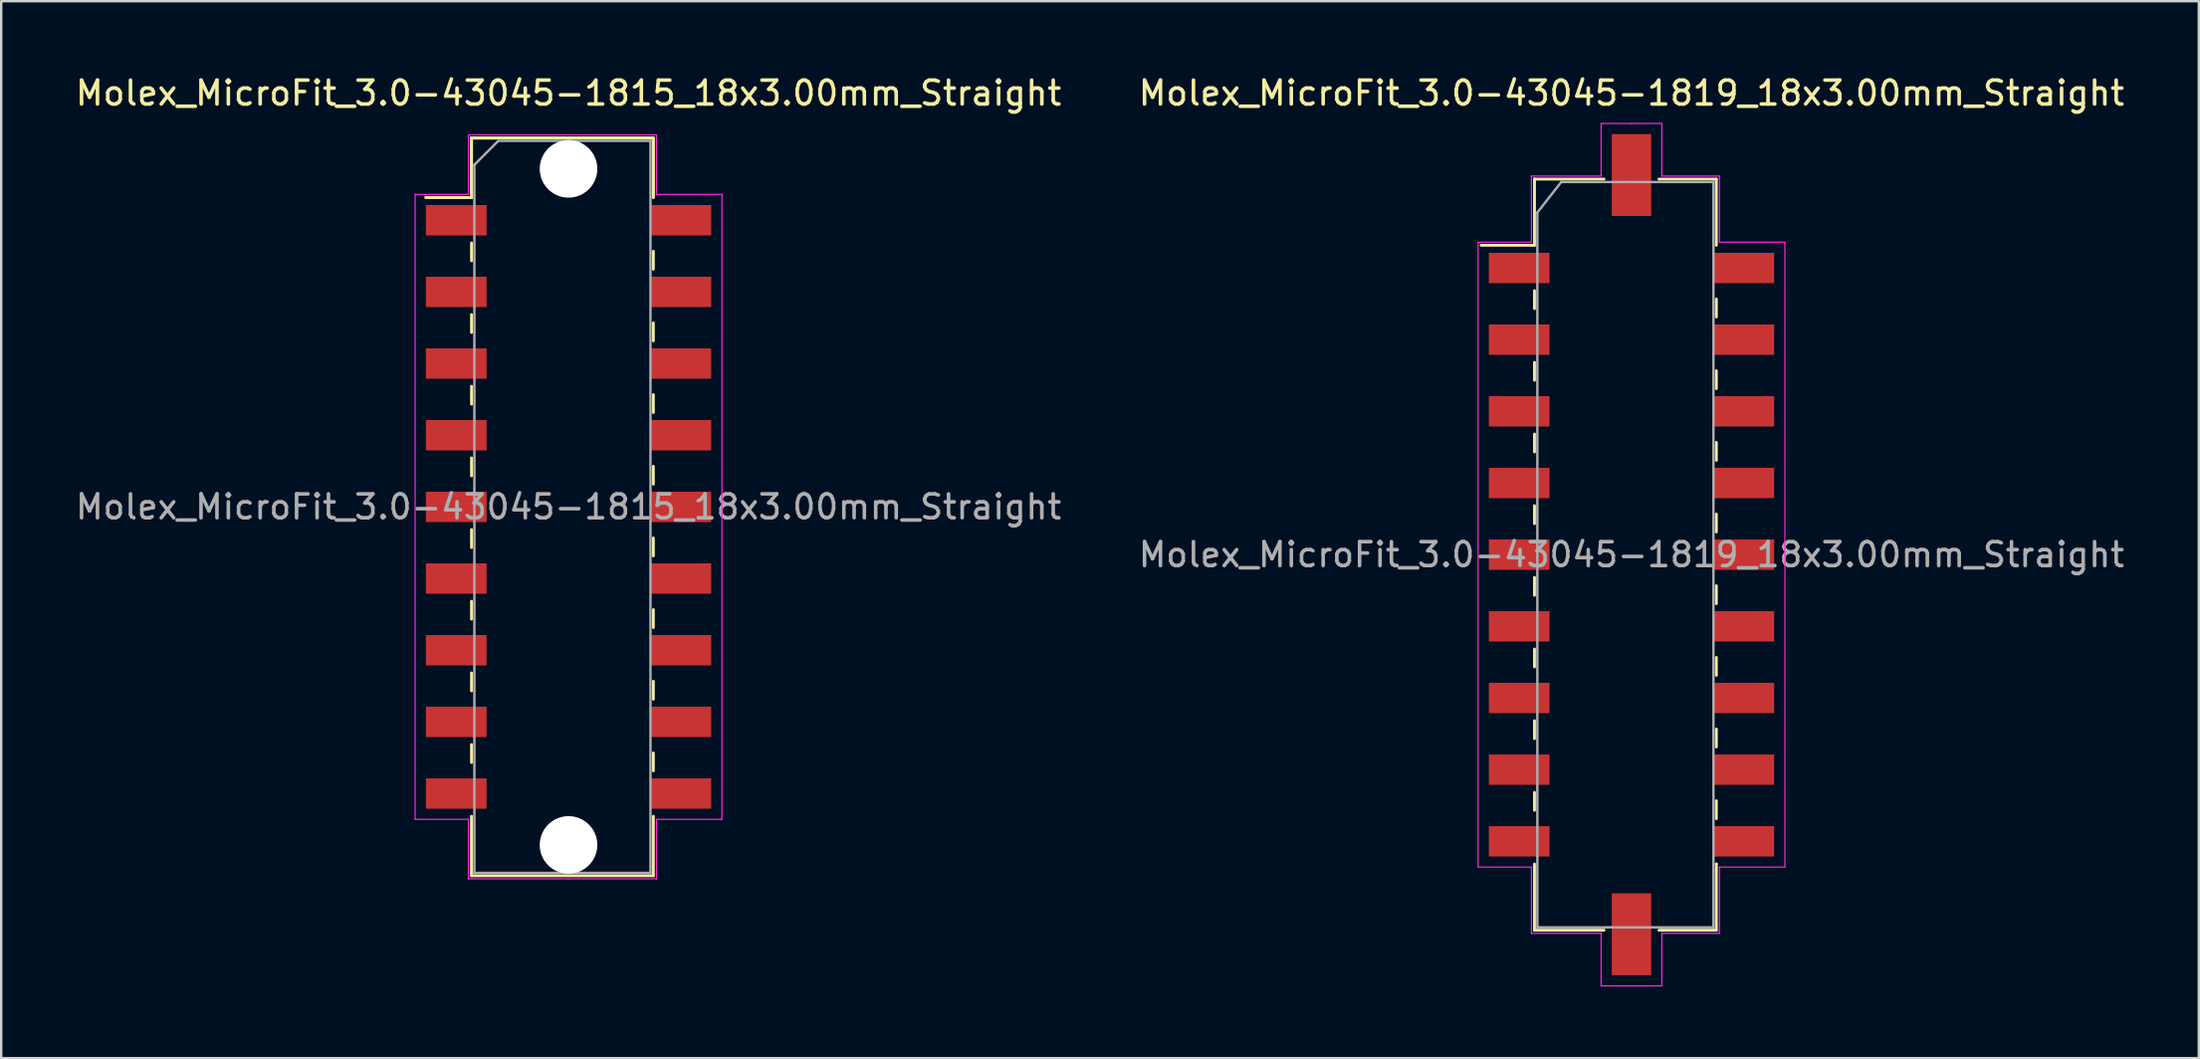
<source format=kicad_pcb>
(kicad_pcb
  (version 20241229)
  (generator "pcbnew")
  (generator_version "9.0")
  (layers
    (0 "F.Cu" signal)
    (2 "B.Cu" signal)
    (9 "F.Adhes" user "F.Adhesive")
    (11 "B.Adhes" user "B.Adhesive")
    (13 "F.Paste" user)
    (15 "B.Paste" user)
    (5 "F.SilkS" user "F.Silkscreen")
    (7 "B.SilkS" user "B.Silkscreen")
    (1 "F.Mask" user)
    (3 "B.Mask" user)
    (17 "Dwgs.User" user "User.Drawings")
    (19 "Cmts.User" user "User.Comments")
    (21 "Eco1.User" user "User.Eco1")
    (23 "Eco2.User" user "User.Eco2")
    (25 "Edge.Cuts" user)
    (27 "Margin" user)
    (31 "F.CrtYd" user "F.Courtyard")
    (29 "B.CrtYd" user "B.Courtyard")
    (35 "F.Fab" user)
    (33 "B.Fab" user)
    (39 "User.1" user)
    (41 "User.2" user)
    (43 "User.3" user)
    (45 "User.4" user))
  (footprint "Molex_MicroFit_3.0-43045-1815_18x3.00mm_Straight"
    (layer "F.Cu")
    (at 20.744 18.168)
    (property "Reference" "Molex_MicroFit_3.0-43045-1815_18x3.00mm_Straight" (at 0 -17.32 0) (layer "F.SilkS") (effects (font (size 1 1) (thickness 0.15))))
    (attr smd)
    (fp_line (start -5.97 -12.95) (end -4.06 -12.95) (stroke (width 0.12) (type solid)) (layer "F.SilkS"))
    (fp_line (start -5.97 -12.95) (end -4.06 -12.95) (stroke (width 0.12) (type solid)) (layer "F.SilkS"))
    (fp_line (start -4.06 -15.44) (end 3.55 -15.44) (stroke (width 0.12) (type solid)) (layer "F.SilkS"))
    (fp_line (start -4.06 -15.44) (end 3.55 -15.44) (stroke (width 0.12) (type solid)) (layer "F.SilkS"))
    (fp_line (start -4.06 -12.95) (end -4.06 -15.44) (stroke (width 0.12) (type solid)) (layer "F.SilkS"))
    (fp_line (start -4.06 -12.95) (end -4.06 -15.44) (stroke (width 0.12) (type solid)) (layer "F.SilkS"))
    (fp_line (start -4.06 -11.05) (end -4.06 -10.3) (stroke (width 0.12) (type solid)) (layer "F.SilkS"))
    (fp_line (start -4.06 -8.05) (end -4.06 -7.3) (stroke (width 0.12) (type solid)) (layer "F.SilkS"))
    (fp_line (start -4.06 -5.05) (end -4.06 -4.3) (stroke (width 0.12) (type solid)) (layer "F.SilkS"))
    (fp_line (start -4.06 -2.05) (end -4.06 -1.3) (stroke (width 0.12) (type solid)) (layer "F.SilkS"))
    (fp_line (start -4.06 0.95) (end -4.06 1.7) (stroke (width 0.12) (type solid)) (layer "F.SilkS"))
    (fp_line (start -4.06 3.95) (end -4.06 4.7) (stroke (width 0.12) (type solid)) (layer "F.SilkS"))
    (fp_line (start -4.06 6.95) (end -4.06 7.7) (stroke (width 0.12) (type solid)) (layer "F.SilkS"))
    (fp_line (start -4.06 9.95) (end -4.06 10.7) (stroke (width 0.12) (type solid)) (layer "F.SilkS"))
    (fp_line (start -4.06 15.44) (end -4.06 12.95) (stroke (width 0.12) (type solid)) (layer "F.SilkS"))
    (fp_line (start 3.55 -15.44) (end 3.55 -12.95) (stroke (width 0.12) (type solid)) (layer "F.SilkS"))
    (fp_line (start 3.55 -15.44) (end 3.55 -12.95) (stroke (width 0.12) (type solid)) (layer "F.SilkS"))
    (fp_line (start 3.55 -9.95) (end 3.55 -10.7) (stroke (width 0.12) (type solid)) (layer "F.SilkS"))
    (fp_line (start 3.55 -6.95) (end 3.55 -7.7) (stroke (width 0.12) (type solid)) (layer "F.SilkS"))
    (fp_line (start 3.55 -3.95) (end 3.55 -4.7) (stroke (width 0.12) (type solid)) (layer "F.SilkS"))
    (fp_line (start 3.55 -0.95) (end 3.55 -1.7) (stroke (width 0.12) (type solid)) (layer "F.SilkS"))
    (fp_line (start 3.55 2.05) (end 3.55 1.3) (stroke (width 0.12) (type solid)) (layer "F.SilkS"))
    (fp_line (start 3.55 5.05) (end 3.55 4.3) (stroke (width 0.12) (type solid)) (layer "F.SilkS"))
    (fp_line (start 3.55 8.05) (end 3.55 7.3) (stroke (width 0.12) (type solid)) (layer "F.SilkS"))
    (fp_line (start 3.55 11.05) (end 3.55 10.3) (stroke (width 0.12) (type solid)) (layer "F.SilkS"))
    (fp_line (start 3.55 12.95) (end 3.55 15.44) (stroke (width 0.12) (type solid)) (layer "F.SilkS"))
    (fp_line (start 3.55 15.44) (end -4.06 15.44) (stroke (width 0.12) (type solid)) (layer "F.SilkS"))
    (fp_line (start -6.42 -13.08) (end -4.19 -13.08) (stroke (width 0.05) (type solid)) (layer "F.CrtYd"))
    (fp_line (start -6.42 13.08) (end -6.42 -13.08) (stroke (width 0.05) (type solid)) (layer "F.CrtYd"))
    (fp_line (start -4.19 -15.57) (end 0 -15.57) (stroke (width 0.05) (type solid)) (layer "F.CrtYd"))
    (fp_line (start -4.19 -13.08) (end -4.19 -15.57) (stroke (width 0.05) (type solid)) (layer "F.CrtYd"))
    (fp_line (start -4.19 13.08) (end -6.42 13.08) (stroke (width 0.05) (type solid)) (layer "F.CrtYd"))
    (fp_line (start -4.19 15.57) (end -4.19 13.08) (stroke (width 0.05) (type solid)) (layer "F.CrtYd"))
    (fp_line (start 0 -15.57) (end 3.68 -15.57) (stroke (width 0.05) (type solid)) (layer "F.CrtYd"))
    (fp_line (start 0 15.57) (end -4.19 15.57) (stroke (width 0.05) (type solid)) (layer "F.CrtYd"))
    (fp_line (start 3.68 -15.57) (end 3.68 -13.08) (stroke (width 0.05) (type solid)) (layer "F.CrtYd"))
    (fp_line (start 3.68 -13.08) (end 6.42 -13.08) (stroke (width 0.05) (type solid)) (layer "F.CrtYd"))
    (fp_line (start 3.68 13.08) (end 3.68 15.57) (stroke (width 0.05) (type solid)) (layer "F.CrtYd"))
    (fp_line (start 3.68 15.57) (end 0 15.57) (stroke (width 0.05) (type solid)) (layer "F.CrtYd"))
    (fp_line (start 6.42 -13.08) (end 6.42 13.08) (stroke (width 0.05) (type solid)) (layer "F.CrtYd"))
    (fp_line (start 6.42 13.08) (end 3.68 13.08) (stroke (width 0.05) (type solid)) (layer "F.CrtYd"))
    (fp_line (start -3.94 -14.32) (end -2.94 -15.32) (stroke (width 0.1) (type solid)) (layer "F.Fab"))
    (fp_line (start -3.94 15.32) (end -3.94 -14.32) (stroke (width 0.1) (type solid)) (layer "F.Fab"))
    (fp_line (start -2.94 -15.32) (end 0 -15.32) (stroke (width 0.1) (type solid)) (layer "F.Fab"))
    (fp_line (start 0 -15.32) (end 3.43 -15.32) (stroke (width 0.1) (type solid)) (layer "F.Fab"))
    (fp_line (start 0 15.32) (end -3.94 15.32) (stroke (width 0.1) (type solid)) (layer "F.Fab"))
    (fp_line (start 3.43 -15.32) (end 3.43 15.32) (stroke (width 0.1) (type solid)) (layer "F.Fab"))
    (fp_line (start 3.43 15.32) (end 0 15.32) (stroke (width 0.1) (type solid)) (layer "F.Fab"))
    (fp_text user "${REFERENCE}" (at 0 0 0) (layer "F.Fab") (effects (font (size 1 1) (thickness 0.15))))
    (pad "" np_thru_hole circle (at 0 -14.15) (size 2.41 2.41) (drill 2.41) (layers "*.Cu"))
    (pad "" np_thru_hole circle (at 0 14.15) (size 2.41 2.41) (drill 2.41) (layers "*.Cu"))
    (pad "1" smd rect (at -4.7 -12) (size 2.54 1.27) (layers "F.Cu" "F.Mask" "F.Paste"))
    (pad "2" smd rect (at -4.7 -9) (size 2.54 1.27) (layers "F.Cu" "F.Mask" "F.Paste"))
    (pad "3" smd rect (at -4.7 -6) (size 2.54 1.27) (layers "F.Cu" "F.Mask" "F.Paste"))
    (pad "4" smd rect (at -4.7 -3) (size 2.54 1.27) (layers "F.Cu" "F.Mask" "F.Paste"))
    (pad "5" smd rect (at -4.7 0) (size 2.54 1.27) (layers "F.Cu" "F.Mask" "F.Paste"))
    (pad "6" smd rect (at -4.7 3) (size 2.54 1.27) (layers "F.Cu" "F.Mask" "F.Paste"))
    (pad "7" smd rect (at -4.7 6) (size 2.54 1.27) (layers "F.Cu" "F.Mask" "F.Paste"))
    (pad "8" smd rect (at -4.7 9) (size 2.54 1.27) (layers "F.Cu" "F.Mask" "F.Paste"))
    (pad "9" smd rect (at -4.7 12) (size 2.54 1.27) (layers "F.Cu" "F.Mask" "F.Paste"))
    (pad "10" smd rect (at 4.7 12) (size 2.54 1.27) (layers "F.Cu" "F.Mask" "F.Paste"))
    (pad "11" smd rect (at 4.7 9) (size 2.54 1.27) (layers "F.Cu" "F.Mask" "F.Paste"))
    (pad "12" smd rect (at 4.7 6) (size 2.54 1.27) (layers "F.Cu" "F.Mask" "F.Paste"))
    (pad "13" smd rect (at 4.7 3) (size 2.54 1.27) (layers "F.Cu" "F.Mask" "F.Paste"))
    (pad "14" smd rect (at 4.7 0) (size 2.54 1.27) (layers "F.Cu" "F.Mask" "F.Paste"))
    (pad "15" smd rect (at 4.7 -3) (size 2.54 1.27) (layers "F.Cu" "F.Mask" "F.Paste"))
    (pad "16" smd rect (at 4.7 -6) (size 2.54 1.27) (layers "F.Cu" "F.Mask" "F.Paste"))
    (pad "17" smd rect (at 4.7 -9) (size 2.54 1.27) (layers "F.Cu" "F.Mask" "F.Paste"))
    (pad "18" smd rect (at 4.7 -12) (size 2.54 1.27) (layers "F.Cu" "F.Mask" "F.Paste")))
  (footprint "Molex_MicroFit_3.0-43045-1819_18x3.00mm_Straight"
    (layer "F.Cu")
    (at 65.232 20.168)
    (property "Reference" "Molex_MicroFit_3.0-43045-1819_18x3.00mm_Straight" (at 0 -19.32 0) (layer "F.SilkS") (effects (font (size 1 1) (thickness 0.15))))
    (attr smd)
    (fp_line (start -6.29 -12.95) (end -4.06 -12.95) (stroke (width 0.12) (type solid)) (layer "F.SilkS"))
    (fp_line (start -4.06 -15.72) (end -4.06 -15.72) (stroke (width 0.12) (type solid)) (layer "F.SilkS"))
    (fp_line (start -4.06 -15.72) (end -1.15 -15.72) (stroke (width 0.12) (type solid)) (layer "F.SilkS"))
    (fp_line (start -4.06 -12.95) (end -4.06 -15.72) (stroke (width 0.12) (type solid)) (layer "F.SilkS"))
    (fp_line (start -4.06 -11.05) (end -4.06 -10.3) (stroke (width 0.12) (type solid)) (layer "F.SilkS"))
    (fp_line (start -4.06 -8.05) (end -4.06 -7.3) (stroke (width 0.12) (type solid)) (layer "F.SilkS"))
    (fp_line (start -4.06 -5.05) (end -4.06 -4.3) (stroke (width 0.12) (type solid)) (layer "F.SilkS"))
    (fp_line (start -4.06 -2.05) (end -4.06 -1.3) (stroke (width 0.12) (type solid)) (layer "F.SilkS"))
    (fp_line (start -4.06 0.95) (end -4.06 1.7) (stroke (width 0.12) (type solid)) (layer "F.SilkS"))
    (fp_line (start -4.06 3.95) (end -4.06 4.7) (stroke (width 0.12) (type solid)) (layer "F.SilkS"))
    (fp_line (start -4.06 6.95) (end -4.06 7.7) (stroke (width 0.12) (type solid)) (layer "F.SilkS"))
    (fp_line (start -4.06 9.95) (end -4.06 10.7) (stroke (width 0.12) (type solid)) (layer "F.SilkS"))
    (fp_line (start -4.06 15.72) (end -4.06 12.95) (stroke (width 0.12) (type solid)) (layer "F.SilkS"))
    (fp_line (start -1.15 15.72) (end -4.06 15.72) (stroke (width 0.12) (type solid)) (layer "F.SilkS"))
    (fp_line (start 1.15 -15.72) (end 3.55 -15.72) (stroke (width 0.12) (type solid)) (layer "F.SilkS"))
    (fp_line (start 3.55 -15.72) (end 3.55 -12.95) (stroke (width 0.12) (type solid)) (layer "F.SilkS"))
    (fp_line (start 3.55 -9.95) (end 3.55 -10.7) (stroke (width 0.12) (type solid)) (layer "F.SilkS"))
    (fp_line (start 3.55 -6.95) (end 3.55 -7.7) (stroke (width 0.12) (type solid)) (layer "F.SilkS"))
    (fp_line (start 3.55 -3.95) (end 3.55 -4.7) (stroke (width 0.12) (type solid)) (layer "F.SilkS"))
    (fp_line (start 3.55 -0.95) (end 3.55 -1.7) (stroke (width 0.12) (type solid)) (layer "F.SilkS"))
    (fp_line (start 3.55 2.05) (end 3.55 1.3) (stroke (width 0.12) (type solid)) (layer "F.SilkS"))
    (fp_line (start 3.55 5.05) (end 3.55 4.3) (stroke (width 0.12) (type solid)) (layer "F.SilkS"))
    (fp_line (start 3.55 8.05) (end 3.55 7.3) (stroke (width 0.12) (type solid)) (layer "F.SilkS"))
    (fp_line (start 3.55 11.05) (end 3.55 10.3) (stroke (width 0.12) (type solid)) (layer "F.SilkS"))
    (fp_line (start 3.55 12.95) (end 3.55 12.95) (stroke (width 0.12) (type solid)) (layer "F.SilkS"))
    (fp_line (start 3.55 12.95) (end 3.55 15.72) (stroke (width 0.12) (type solid)) (layer "F.SilkS"))
    (fp_line (start 3.55 15.72) (end 1.15 15.72) (stroke (width 0.12) (type solid)) (layer "F.SilkS"))
    (fp_line (start -6.42 -13.08) (end -4.19 -13.08) (stroke (width 0.05) (type solid)) (layer "F.CrtYd"))
    (fp_line (start -6.42 13.08) (end -6.42 -13.08) (stroke (width 0.05) (type solid)) (layer "F.CrtYd"))
    (fp_line (start -4.19 -15.85) (end -4.19 -15.85) (stroke (width 0.05) (type solid)) (layer "F.CrtYd"))
    (fp_line (start -4.19 -15.85) (end -1.27 -15.85) (stroke (width 0.05) (type solid)) (layer "F.CrtYd"))
    (fp_line (start -4.19 -13.08) (end -4.19 -15.85) (stroke (width 0.05) (type solid)) (layer "F.CrtYd"))
    (fp_line (start -4.19 13.08) (end -6.42 13.08) (stroke (width 0.05) (type solid)) (layer "F.CrtYd"))
    (fp_line (start -4.19 15.85) (end -4.19 13.08) (stroke (width 0.05) (type solid)) (layer "F.CrtYd"))
    (fp_line (start -1.27 -18.05) (end 0 -18.05) (stroke (width 0.05) (type solid)) (layer "F.CrtYd"))
    (fp_line (start -1.27 -15.85) (end -1.27 -18.05) (stroke (width 0.05) (type solid)) (layer "F.CrtYd"))
    (fp_line (start -1.27 15.85) (end -4.19 15.85) (stroke (width 0.05) (type solid)) (layer "F.CrtYd"))
    (fp_line (start -1.27 18.05) (end -1.27 15.85) (stroke (width 0.05) (type solid)) (layer "F.CrtYd"))
    (fp_line (start 0 -18.05) (end 1.27 -18.05) (stroke (width 0.05) (type solid)) (layer "F.CrtYd"))
    (fp_line (start 0 18.05) (end -1.27 18.05) (stroke (width 0.05) (type solid)) (layer "F.CrtYd"))
    (fp_line (start 1.27 -18.05) (end 1.27 -15.85) (stroke (width 0.05) (type solid)) (layer "F.CrtYd"))
    (fp_line (start 1.27 -15.85) (end 3.68 -15.85) (stroke (width 0.05) (type solid)) (layer "F.CrtYd"))
    (fp_line (start 1.27 15.85) (end 1.27 18.05) (stroke (width 0.05) (type solid)) (layer "F.CrtYd"))
    (fp_line (start 1.27 18.05) (end 0 18.05) (stroke (width 0.05) (type solid)) (layer "F.CrtYd"))
    (fp_line (start 3.68 -15.85) (end 3.68 -13.08) (stroke (width 0.05) (type solid)) (layer "F.CrtYd"))
    (fp_line (start 3.68 -13.08) (end 6.42 -13.08) (stroke (width 0.05) (type solid)) (layer "F.CrtYd"))
    (fp_line (start 3.68 13.08) (end 3.68 13.08) (stroke (width 0.05) (type solid)) (layer "F.CrtYd"))
    (fp_line (start 3.68 13.08) (end 3.68 15.85) (stroke (width 0.05) (type solid)) (layer "F.CrtYd"))
    (fp_line (start 3.68 15.85) (end 1.27 15.85) (stroke (width 0.05) (type solid)) (layer "F.CrtYd"))
    (fp_line (start 6.42 -13.08) (end 6.42 13.08) (stroke (width 0.05) (type solid)) (layer "F.CrtYd"))
    (fp_line (start 6.42 13.08) (end 3.68 13.08) (stroke (width 0.05) (type solid)) (layer "F.CrtYd"))
    (fp_line (start -3.94 -14.32) (end -2.94 -15.6) (stroke (width 0.1) (type solid)) (layer "F.Fab"))
    (fp_line (start -3.94 12.63) (end -3.94 -14.32) (stroke (width 0.1) (type solid)) (layer "F.Fab"))
    (fp_line (start -3.94 15.6) (end -3.94 12.63) (stroke (width 0.1) (type solid)) (layer "F.Fab"))
    (fp_line (start -2.94 -15.6) (end 0 -15.6) (stroke (width 0.1) (type solid)) (layer "F.Fab"))
    (fp_line (start -0.82 15.6) (end -3.94 15.6) (stroke (width 0.1) (type solid)) (layer "F.Fab"))
    (fp_line (start 0 -15.6) (end 3.43 -15.6) (stroke (width 0.1) (type solid)) (layer "F.Fab"))
    (fp_line (start 3.43 -15.6) (end 3.43 -12.63) (stroke (width 0.1) (type solid)) (layer "F.Fab"))
    (fp_line (start 3.43 -12.63) (end 3.43 12.63) (stroke (width 0.1) (type solid)) (layer "F.Fab"))
    (fp_line (start 3.43 12.63) (end 3.43 15.6) (stroke (width 0.1) (type solid)) (layer "F.Fab"))
    (fp_line (start 3.43 15.6) (end -0.82 15.6) (stroke (width 0.1) (type solid)) (layer "F.Fab"))
    (fp_text user "${REFERENCE}" (at 0 0 0) (layer "F.Fab") (effects (font (size 1 1) (thickness 0.15))))
    (pad "" smd rect (at 0 -15.89) (size 1.65 3.43) (layers "F.Cu" "F.Mask" "F.Paste"))
    (pad "" smd rect (at 0 15.89) (size 1.65 3.43) (layers "F.Cu" "F.Mask" "F.Paste"))
    (pad "1" smd rect (at -4.7 -12) (size 2.54 1.27) (layers "F.Cu" "F.Mask" "F.Paste"))
    (pad "2" smd rect (at -4.7 -9) (size 2.54 1.27) (layers "F.Cu" "F.Mask" "F.Paste"))
    (pad "3" smd rect (at -4.7 -6) (size 2.54 1.27) (layers "F.Cu" "F.Mask" "F.Paste"))
    (pad "4" smd rect (at -4.7 -3) (size 2.54 1.27) (layers "F.Cu" "F.Mask" "F.Paste"))
    (pad "5" smd rect (at -4.7 0) (size 2.54 1.27) (layers "F.Cu" "F.Mask" "F.Paste"))
    (pad "6" smd rect (at -4.7 3) (size 2.54 1.27) (layers "F.Cu" "F.Mask" "F.Paste"))
    (pad "7" smd rect (at -4.7 6) (size 2.54 1.27) (layers "F.Cu" "F.Mask" "F.Paste"))
    (pad "8" smd rect (at -4.7 9) (size 2.54 1.27) (layers "F.Cu" "F.Mask" "F.Paste"))
    (pad "9" smd rect (at -4.7 12) (size 2.54 1.27) (layers "F.Cu" "F.Mask" "F.Paste"))
    (pad "10" smd rect (at 4.7 12) (size 2.54 1.27) (layers "F.Cu" "F.Mask" "F.Paste"))
    (pad "11" smd rect (at 4.7 9) (size 2.54 1.27) (layers "F.Cu" "F.Mask" "F.Paste"))
    (pad "12" smd rect (at 4.7 6) (size 2.54 1.27) (layers "F.Cu" "F.Mask" "F.Paste"))
    (pad "13" smd rect (at 4.7 3) (size 2.54 1.27) (layers "F.Cu" "F.Mask" "F.Paste"))
    (pad "14" smd rect (at 4.7 0) (size 2.54 1.27) (layers "F.Cu" "F.Mask" "F.Paste"))
    (pad "15" smd rect (at 4.7 -3) (size 2.54 1.27) (layers "F.Cu" "F.Mask" "F.Paste"))
    (pad "16" smd rect (at 4.7 -6) (size 2.54 1.27) (layers "F.Cu" "F.Mask" "F.Paste"))
    (pad "17" smd rect (at 4.7 -9) (size 2.54 1.27) (layers "F.Cu" "F.Mask" "F.Paste"))
    (pad "18" smd rect (at 4.7 -12) (size 2.54 1.27) (layers "F.Cu" "F.Mask" "F.Paste")))
  (gr_rect
    (start -3 -3)
    (end 88.976 41.243)
    (stroke (width 0.1) (type default))
    (fill no)
    (layer "Edge.Cuts")))
</source>
